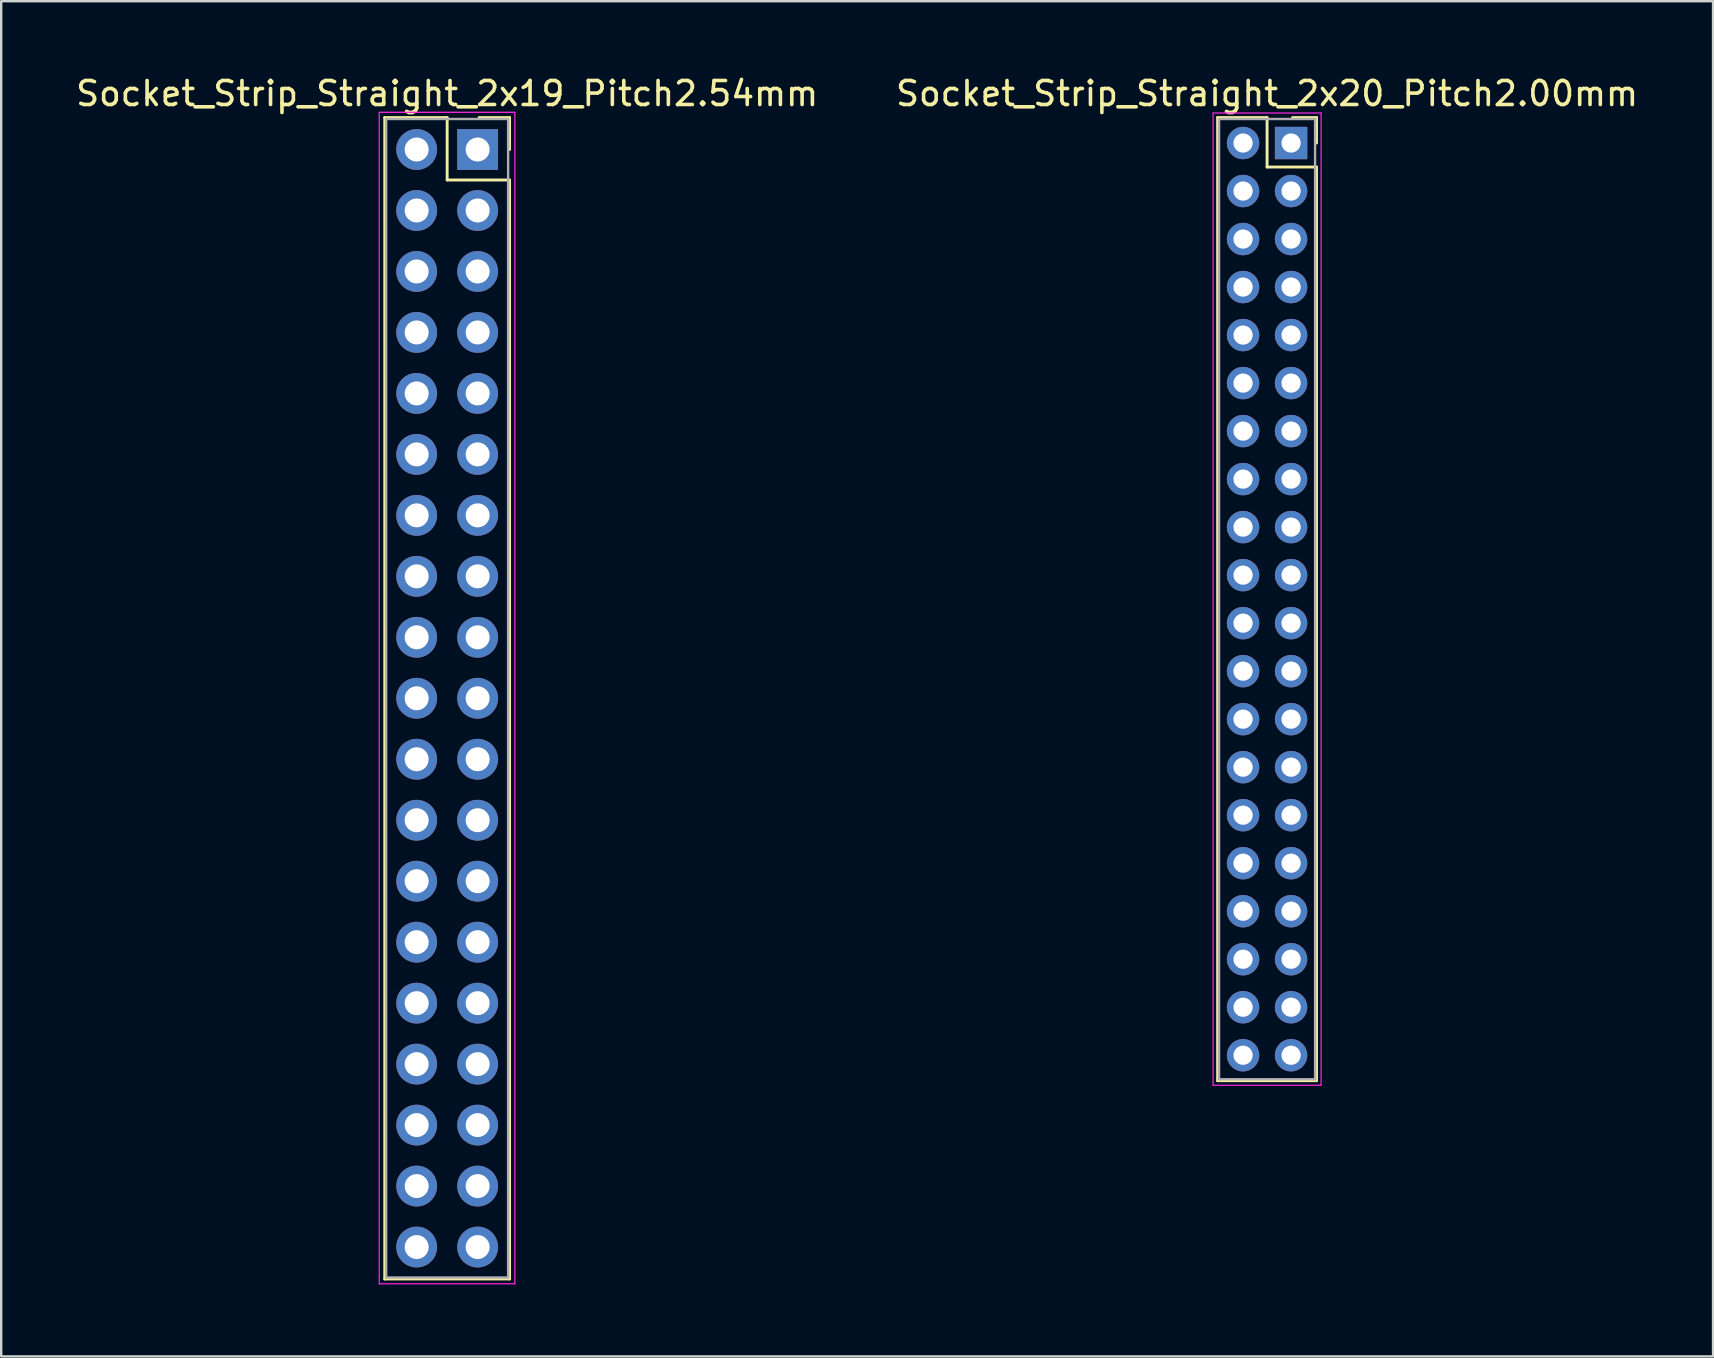
<source format=kicad_pcb>
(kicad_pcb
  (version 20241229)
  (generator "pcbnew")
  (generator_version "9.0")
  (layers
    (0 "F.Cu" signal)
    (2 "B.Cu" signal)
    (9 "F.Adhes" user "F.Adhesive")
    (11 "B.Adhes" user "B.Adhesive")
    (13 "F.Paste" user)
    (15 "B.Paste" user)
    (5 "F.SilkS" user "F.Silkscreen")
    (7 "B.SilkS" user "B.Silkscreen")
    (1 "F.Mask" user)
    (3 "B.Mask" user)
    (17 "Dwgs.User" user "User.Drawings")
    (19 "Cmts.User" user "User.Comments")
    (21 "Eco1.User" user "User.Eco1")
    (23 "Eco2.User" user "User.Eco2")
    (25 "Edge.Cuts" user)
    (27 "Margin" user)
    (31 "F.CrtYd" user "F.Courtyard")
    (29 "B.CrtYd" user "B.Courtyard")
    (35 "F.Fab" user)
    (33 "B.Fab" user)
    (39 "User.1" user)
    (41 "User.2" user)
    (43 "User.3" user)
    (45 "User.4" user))
  (footprint "Socket_Strip_Straight_2x20_Pitch2.00mm"
    (layer "F.Cu")
    (at 50.732 2.908)
    (property "Reference" "Socket_Strip_Straight_2x20_Pitch2.00mm" (at -1 -2.06 0) (layer "F.SilkS") (effects (font (size 1 1) (thickness 0.15))))
    (attr through_hole)
    (fp_line (start -3.06 -1.06) (end -1 -1.06) (stroke (width 0.12) (type solid)) (layer "F.SilkS"))
    (fp_line (start -3.06 39.06) (end -3.06 -1.06) (stroke (width 0.12) (type solid)) (layer "F.SilkS"))
    (fp_line (start -1 -1.06) (end -1 1) (stroke (width 0.12) (type solid)) (layer "F.SilkS"))
    (fp_line (start -1 1) (end 1.06 1) (stroke (width 0.12) (type solid)) (layer "F.SilkS"))
    (fp_line (start 1.06 -1.06) (end 0.06 -1.06) (stroke (width 0.12) (type solid)) (layer "F.SilkS"))
    (fp_line (start 1.06 0) (end 1.06 -1.06) (stroke (width 0.12) (type solid)) (layer "F.SilkS"))
    (fp_line (start 1.06 1) (end 1.06 39.06) (stroke (width 0.12) (type solid)) (layer "F.SilkS"))
    (fp_line (start 1.06 39.06) (end -3.06 39.06) (stroke (width 0.12) (type solid)) (layer "F.SilkS"))
    (fp_line (start -3.25 -1.25) (end -3.25 39.25) (stroke (width 0.05) (type solid)) (layer "F.CrtYd"))
    (fp_line (start -3.25 39.25) (end 1.25 39.25) (stroke (width 0.05) (type solid)) (layer "F.CrtYd"))
    (fp_line (start 1.25 -1.25) (end -3.25 -1.25) (stroke (width 0.05) (type solid)) (layer "F.CrtYd"))
    (fp_line (start 1.25 39.25) (end 1.25 -1.25) (stroke (width 0.05) (type solid)) (layer "F.CrtYd"))
    (fp_line (start -3 -1) (end -3 39) (stroke (width 0.1) (type solid)) (layer "F.Fab"))
    (fp_line (start -3 39) (end 1 39) (stroke (width 0.1) (type solid)) (layer "F.Fab"))
    (fp_line (start 1 -1) (end -3 -1) (stroke (width 0.1) (type solid)) (layer "F.Fab"))
    (fp_line (start 1 39) (end 1 -1) (stroke (width 0.1) (type solid)) (layer "F.Fab"))
    (pad "1" thru_hole rect (at 0 0) (size 1.35 1.35) (drill 0.8) (layers "*.Cu" "*.Mask"))
    (pad "2" thru_hole oval (at -2 0) (size 1.35 1.35) (drill 0.8) (layers "*.Cu" "*.Mask"))
    (pad "3" thru_hole oval (at 0 2) (size 1.35 1.35) (drill 0.8) (layers "*.Cu" "*.Mask"))
    (pad "4" thru_hole oval (at -2 2) (size 1.35 1.35) (drill 0.8) (layers "*.Cu" "*.Mask"))
    (pad "5" thru_hole oval (at 0 4) (size 1.35 1.35) (drill 0.8) (layers "*.Cu" "*.Mask"))
    (pad "6" thru_hole oval (at -2 4) (size 1.35 1.35) (drill 0.8) (layers "*.Cu" "*.Mask"))
    (pad "7" thru_hole oval (at 0 6) (size 1.35 1.35) (drill 0.8) (layers "*.Cu" "*.Mask"))
    (pad "8" thru_hole oval (at -2 6) (size 1.35 1.35) (drill 0.8) (layers "*.Cu" "*.Mask"))
    (pad "9" thru_hole oval (at 0 8) (size 1.35 1.35) (drill 0.8) (layers "*.Cu" "*.Mask"))
    (pad "10" thru_hole oval (at -2 8) (size 1.35 1.35) (drill 0.8) (layers "*.Cu" "*.Mask"))
    (pad "11" thru_hole oval (at 0 10) (size 1.35 1.35) (drill 0.8) (layers "*.Cu" "*.Mask"))
    (pad "12" thru_hole oval (at -2 10) (size 1.35 1.35) (drill 0.8) (layers "*.Cu" "*.Mask"))
    (pad "13" thru_hole oval (at 0 12) (size 1.35 1.35) (drill 0.8) (layers "*.Cu" "*.Mask"))
    (pad "14" thru_hole oval (at -2 12) (size 1.35 1.35) (drill 0.8) (layers "*.Cu" "*.Mask"))
    (pad "15" thru_hole oval (at 0 14) (size 1.35 1.35) (drill 0.8) (layers "*.Cu" "*.Mask"))
    (pad "16" thru_hole oval (at -2 14) (size 1.35 1.35) (drill 0.8) (layers "*.Cu" "*.Mask"))
    (pad "17" thru_hole oval (at 0 16) (size 1.35 1.35) (drill 0.8) (layers "*.Cu" "*.Mask"))
    (pad "18" thru_hole oval (at -2 16) (size 1.35 1.35) (drill 0.8) (layers "*.Cu" "*.Mask"))
    (pad "19" thru_hole oval (at 0 18) (size 1.35 1.35) (drill 0.8) (layers "*.Cu" "*.Mask"))
    (pad "20" thru_hole oval (at -2 18) (size 1.35 1.35) (drill 0.8) (layers "*.Cu" "*.Mask"))
    (pad "21" thru_hole oval (at 0 20) (size 1.35 1.35) (drill 0.8) (layers "*.Cu" "*.Mask"))
    (pad "22" thru_hole oval (at -2 20) (size 1.35 1.35) (drill 0.8) (layers "*.Cu" "*.Mask"))
    (pad "23" thru_hole oval (at 0 22) (size 1.35 1.35) (drill 0.8) (layers "*.Cu" "*.Mask"))
    (pad "24" thru_hole oval (at -2 22) (size 1.35 1.35) (drill 0.8) (layers "*.Cu" "*.Mask"))
    (pad "25" thru_hole oval (at 0 24) (size 1.35 1.35) (drill 0.8) (layers "*.Cu" "*.Mask"))
    (pad "26" thru_hole oval (at -2 24) (size 1.35 1.35) (drill 0.8) (layers "*.Cu" "*.Mask"))
    (pad "27" thru_hole oval (at 0 26) (size 1.35 1.35) (drill 0.8) (layers "*.Cu" "*.Mask"))
    (pad "28" thru_hole oval (at -2 26) (size 1.35 1.35) (drill 0.8) (layers "*.Cu" "*.Mask"))
    (pad "29" thru_hole oval (at 0 28) (size 1.35 1.35) (drill 0.8) (layers "*.Cu" "*.Mask"))
    (pad "30" thru_hole oval (at -2 28) (size 1.35 1.35) (drill 0.8) (layers "*.Cu" "*.Mask"))
    (pad "31" thru_hole oval (at 0 30) (size 1.35 1.35) (drill 0.8) (layers "*.Cu" "*.Mask"))
    (pad "32" thru_hole oval (at -2 30) (size 1.35 1.35) (drill 0.8) (layers "*.Cu" "*.Mask"))
    (pad "33" thru_hole oval (at 0 32) (size 1.35 1.35) (drill 0.8) (layers "*.Cu" "*.Mask"))
    (pad "34" thru_hole oval (at -2 32) (size 1.35 1.35) (drill 0.8) (layers "*.Cu" "*.Mask"))
    (pad "35" thru_hole oval (at 0 34) (size 1.35 1.35) (drill 0.8) (layers "*.Cu" "*.Mask"))
    (pad "36" thru_hole oval (at -2 34) (size 1.35 1.35) (drill 0.8) (layers "*.Cu" "*.Mask"))
    (pad "37" thru_hole oval (at 0 36) (size 1.35 1.35) (drill 0.8) (layers "*.Cu" "*.Mask"))
    (pad "38" thru_hole oval (at -2 36) (size 1.35 1.35) (drill 0.8) (layers "*.Cu" "*.Mask"))
    (pad "39" thru_hole oval (at 0 38) (size 1.35 1.35) (drill 0.8) (layers "*.Cu" "*.Mask"))
    (pad "40" thru_hole oval (at -2 38) (size 1.35 1.35) (drill 0.8) (layers "*.Cu" "*.Mask")))
  (footprint "Socket_Strip_Straight_2x19_Pitch2.54mm"
    (layer "F.Cu")
    (at 16.847 3.178)
    (property "Reference" "Socket_Strip_Straight_2x19_Pitch2.54mm" (at -1.27 -2.33 0) (layer "F.SilkS") (effects (font (size 1 1) (thickness 0.15))))
    (attr through_hole)
    (fp_line (start -3.87 -1.33) (end -1.27 -1.33) (stroke (width 0.12) (type solid)) (layer "F.SilkS"))
    (fp_line (start -3.87 47.05) (end -3.87 -1.33) (stroke (width 0.12) (type solid)) (layer "F.SilkS"))
    (fp_line (start -1.27 -1.33) (end -1.27 1.27) (stroke (width 0.12) (type solid)) (layer "F.SilkS"))
    (fp_line (start -1.27 1.27) (end 1.33 1.27) (stroke (width 0.12) (type solid)) (layer "F.SilkS"))
    (fp_line (start 1.33 -1.33) (end 0.06 -1.33) (stroke (width 0.12) (type solid)) (layer "F.SilkS"))
    (fp_line (start 1.33 0) (end 1.33 -1.33) (stroke (width 0.12) (type solid)) (layer "F.SilkS"))
    (fp_line (start 1.33 1.27) (end 1.33 47.05) (stroke (width 0.12) (type solid)) (layer "F.SilkS"))
    (fp_line (start 1.33 47.05) (end -3.87 47.05) (stroke (width 0.12) (type solid)) (layer "F.SilkS"))
    (fp_line (start -4.1 -1.55) (end -4.1 47.25) (stroke (width 0.05) (type solid)) (layer "F.CrtYd"))
    (fp_line (start -4.1 47.25) (end 1.55 47.25) (stroke (width 0.05) (type solid)) (layer "F.CrtYd"))
    (fp_line (start 1.55 -1.55) (end -4.1 -1.55) (stroke (width 0.05) (type solid)) (layer "F.CrtYd"))
    (fp_line (start 1.55 47.25) (end 1.55 -1.55) (stroke (width 0.05) (type solid)) (layer "F.CrtYd"))
    (fp_line (start -3.81 -1.27) (end -3.81 46.99) (stroke (width 0.1) (type solid)) (layer "F.Fab"))
    (fp_line (start -3.81 46.99) (end 1.27 46.99) (stroke (width 0.1) (type solid)) (layer "F.Fab"))
    (fp_line (start 1.27 -1.27) (end -3.81 -1.27) (stroke (width 0.1) (type solid)) (layer "F.Fab"))
    (fp_line (start 1.27 46.99) (end 1.27 -1.27) (stroke (width 0.1) (type solid)) (layer "F.Fab"))
    (pad "1" thru_hole rect (at 0 0) (size 1.7 1.7) (drill 1) (layers "*.Cu" "*.Mask"))
    (pad "2" thru_hole oval (at -2.54 0) (size 1.7 1.7) (drill 1) (layers "*.Cu" "*.Mask"))
    (pad "3" thru_hole oval (at 0 2.54) (size 1.7 1.7) (drill 1) (layers "*.Cu" "*.Mask"))
    (pad "4" thru_hole oval (at -2.54 2.54) (size 1.7 1.7) (drill 1) (layers "*.Cu" "*.Mask"))
    (pad "5" thru_hole oval (at 0 5.08) (size 1.7 1.7) (drill 1) (layers "*.Cu" "*.Mask"))
    (pad "6" thru_hole oval (at -2.54 5.08) (size 1.7 1.7) (drill 1) (layers "*.Cu" "*.Mask"))
    (pad "7" thru_hole oval (at 0 7.62) (size 1.7 1.7) (drill 1) (layers "*.Cu" "*.Mask"))
    (pad "8" thru_hole oval (at -2.54 7.62) (size 1.7 1.7) (drill 1) (layers "*.Cu" "*.Mask"))
    (pad "9" thru_hole oval (at 0 10.16) (size 1.7 1.7) (drill 1) (layers "*.Cu" "*.Mask"))
    (pad "10" thru_hole oval (at -2.54 10.16) (size 1.7 1.7) (drill 1) (layers "*.Cu" "*.Mask"))
    (pad "11" thru_hole oval (at 0 12.7) (size 1.7 1.7) (drill 1) (layers "*.Cu" "*.Mask"))
    (pad "12" thru_hole oval (at -2.54 12.7) (size 1.7 1.7) (drill 1) (layers "*.Cu" "*.Mask"))
    (pad "13" thru_hole oval (at 0 15.24) (size 1.7 1.7) (drill 1) (layers "*.Cu" "*.Mask"))
    (pad "14" thru_hole oval (at -2.54 15.24) (size 1.7 1.7) (drill 1) (layers "*.Cu" "*.Mask"))
    (pad "15" thru_hole oval (at 0 17.78) (size 1.7 1.7) (drill 1) (layers "*.Cu" "*.Mask"))
    (pad "16" thru_hole oval (at -2.54 17.78) (size 1.7 1.7) (drill 1) (layers "*.Cu" "*.Mask"))
    (pad "17" thru_hole oval (at 0 20.32) (size 1.7 1.7) (drill 1) (layers "*.Cu" "*.Mask"))
    (pad "18" thru_hole oval (at -2.54 20.32) (size 1.7 1.7) (drill 1) (layers "*.Cu" "*.Mask"))
    (pad "19" thru_hole oval (at 0 22.86) (size 1.7 1.7) (drill 1) (layers "*.Cu" "*.Mask"))
    (pad "20" thru_hole oval (at -2.54 22.86) (size 1.7 1.7) (drill 1) (layers "*.Cu" "*.Mask"))
    (pad "21" thru_hole oval (at 0 25.4) (size 1.7 1.7) (drill 1) (layers "*.Cu" "*.Mask"))
    (pad "22" thru_hole oval (at -2.54 25.4) (size 1.7 1.7) (drill 1) (layers "*.Cu" "*.Mask"))
    (pad "23" thru_hole oval (at 0 27.94) (size 1.7 1.7) (drill 1) (layers "*.Cu" "*.Mask"))
    (pad "24" thru_hole oval (at -2.54 27.94) (size 1.7 1.7) (drill 1) (layers "*.Cu" "*.Mask"))
    (pad "25" thru_hole oval (at 0 30.48) (size 1.7 1.7) (drill 1) (layers "*.Cu" "*.Mask"))
    (pad "26" thru_hole oval (at -2.54 30.48) (size 1.7 1.7) (drill 1) (layers "*.Cu" "*.Mask"))
    (pad "27" thru_hole oval (at 0 33.02) (size 1.7 1.7) (drill 1) (layers "*.Cu" "*.Mask"))
    (pad "28" thru_hole oval (at -2.54 33.02) (size 1.7 1.7) (drill 1) (layers "*.Cu" "*.Mask"))
    (pad "29" thru_hole oval (at 0 35.56) (size 1.7 1.7) (drill 1) (layers "*.Cu" "*.Mask"))
    (pad "30" thru_hole oval (at -2.54 35.56) (size 1.7 1.7) (drill 1) (layers "*.Cu" "*.Mask"))
    (pad "31" thru_hole oval (at 0 38.1) (size 1.7 1.7) (drill 1) (layers "*.Cu" "*.Mask"))
    (pad "32" thru_hole oval (at -2.54 38.1) (size 1.7 1.7) (drill 1) (layers "*.Cu" "*.Mask"))
    (pad "33" thru_hole oval (at 0 40.64) (size 1.7 1.7) (drill 1) (layers "*.Cu" "*.Mask"))
    (pad "34" thru_hole oval (at -2.54 40.64) (size 1.7 1.7) (drill 1) (layers "*.Cu" "*.Mask"))
    (pad "35" thru_hole oval (at 0 43.18) (size 1.7 1.7) (drill 1) (layers "*.Cu" "*.Mask"))
    (pad "36" thru_hole oval (at -2.54 43.18) (size 1.7 1.7) (drill 1) (layers "*.Cu" "*.Mask"))
    (pad "37" thru_hole oval (at 0 45.72) (size 1.7 1.7) (drill 1) (layers "*.Cu" "*.Mask"))
    (pad "38" thru_hole oval (at -2.54 45.72) (size 1.7 1.7) (drill 1) (layers "*.Cu" "*.Mask")))
  (gr_rect
    (start -3 -3)
    (end 68.31 53.453)
    (stroke (width 0.1) (type default))
    (fill no)
    (layer "Edge.Cuts")))
</source>
